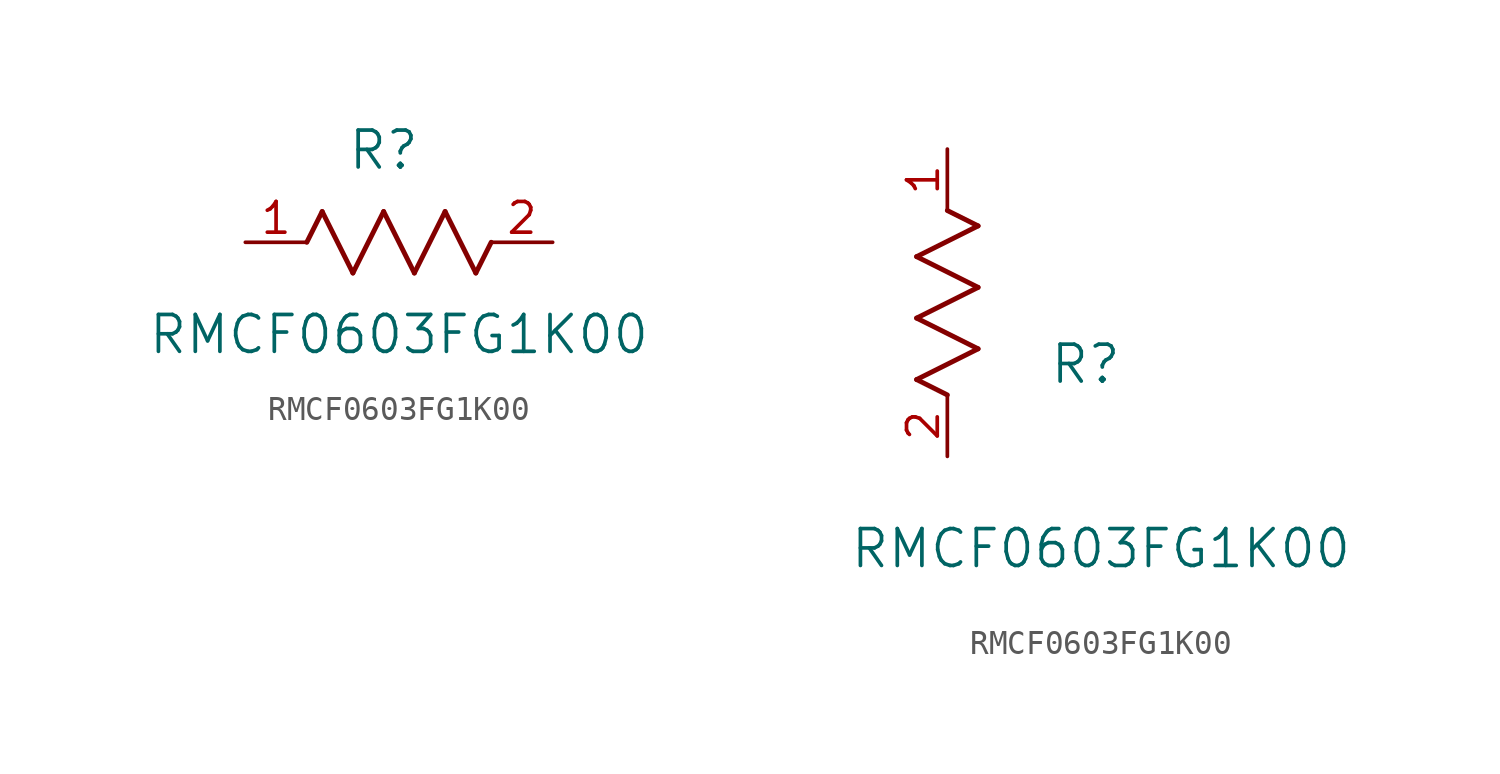
<source format=kicad_sym>
(kicad_symbol_lib
  (version 20211014)
  (generator kicad_symbol_editor)
  (symbol "RMCF0603FG1K00"
    (pin_names
      (offset 0.254))
    (property "Reference" "R"
      (at 5.715 3.81 0)
      (effects (font (size 1.524 1.524))))
    (property "Value" "RMCF0603FG1K00"
      (at 6.35 -3.81 0)
      (effects (font (size 1.524 1.524))))
    (symbol "RMCF0603FG1K00_1_1"
      (polyline (pts (xy 3.175 1.27) (xy 4.445 -1.27)) (stroke (width 0.203) (type default) (color 0 0 0 0)) (fill (type none)))
      (polyline (pts (xy 4.445 -1.27) (xy 5.715 1.27)) (stroke (width 0.203) (type default) (color 0 0 0 0)) (fill (type none)))
      (polyline (pts (xy 5.715 1.27) (xy 6.985 -1.27)) (stroke (width 0.203) (type default) (color 0 0 0 0)) (fill (type none)))
      (polyline (pts (xy 6.985 -1.27) (xy 8.255 1.27)) (stroke (width 0.203) (type default) (color 0 0 0 0)) (fill (type none)))
      (polyline (pts (xy 8.255 1.27) (xy 9.525 -1.27)) (stroke (width 0.203) (type default) (color 0 0 0 0)) (fill (type none)))
      (polyline (pts (xy 2.54 0) (xy 3.175 1.27)) (stroke (width 0.203) (type default) (color 0 0 0 0)) (fill (type none)))
      (polyline (pts (xy 9.525 -1.27) (xy 10.16 0)) (stroke (width 0.203) (type default) (color 0 0 0 0)) (fill (type none)))
      (pin unspecified line (at 0 0 0) (length 2.54) (name "" (effects (font (size 1.27 1.27)))) (number "1" (effects (font (size 1.27 1.27)))))
      (pin unspecified line (at 12.7 0 180) (length 2.54) (name "" (effects (font (size 1.27 1.27)))) (number "2" (effects (font (size 1.27 1.27))))))
    (symbol "RMCF0603FG1K00_1_2"
      (polyline (pts (xy 0 2.54) (xy -1.27 3.175)) (stroke (width 0.203) (type default) (color 0 0 0 0)) (fill (type none)))
      (polyline (pts (xy -1.27 3.175) (xy 1.27 4.445)) (stroke (width 0.203) (type default) (color 0 0 0 0)) (fill (type none)))
      (polyline (pts (xy 1.27 4.445) (xy -1.27 5.715)) (stroke (width 0.203) (type default) (color 0 0 0 0)) (fill (type none)))
      (polyline (pts (xy -1.27 5.715) (xy 1.27 6.985)) (stroke (width 0.203) (type default) (color 0 0 0 0)) (fill (type none)))
      (polyline (pts (xy -1.27 8.255) (xy 1.27 9.525)) (stroke (width 0.203) (type default) (color 0 0 0 0)) (fill (type none)))
      (polyline (pts (xy 1.27 9.525) (xy 0 10.16)) (stroke (width 0.203) (type default) (color 0 0 0 0)) (fill (type none)))
      (polyline (pts (xy 1.27 6.985) (xy -1.27 8.255)) (stroke (width 0.203) (type default) (color 0 0 0 0)) (fill (type none)))
      (pin unspecified line (at 0 12.7 270) (length 2.54) (name "" (effects (font (size 1.27 1.27)))) (number "1" (effects (font (size 1.27 1.27)))))
      (pin unspecified line (at 0 0 90) (length 2.54) (name "" (effects (font (size 1.27 1.27)))) (number "2" (effects (font (size 1.27 1.27))))))))
</source>
